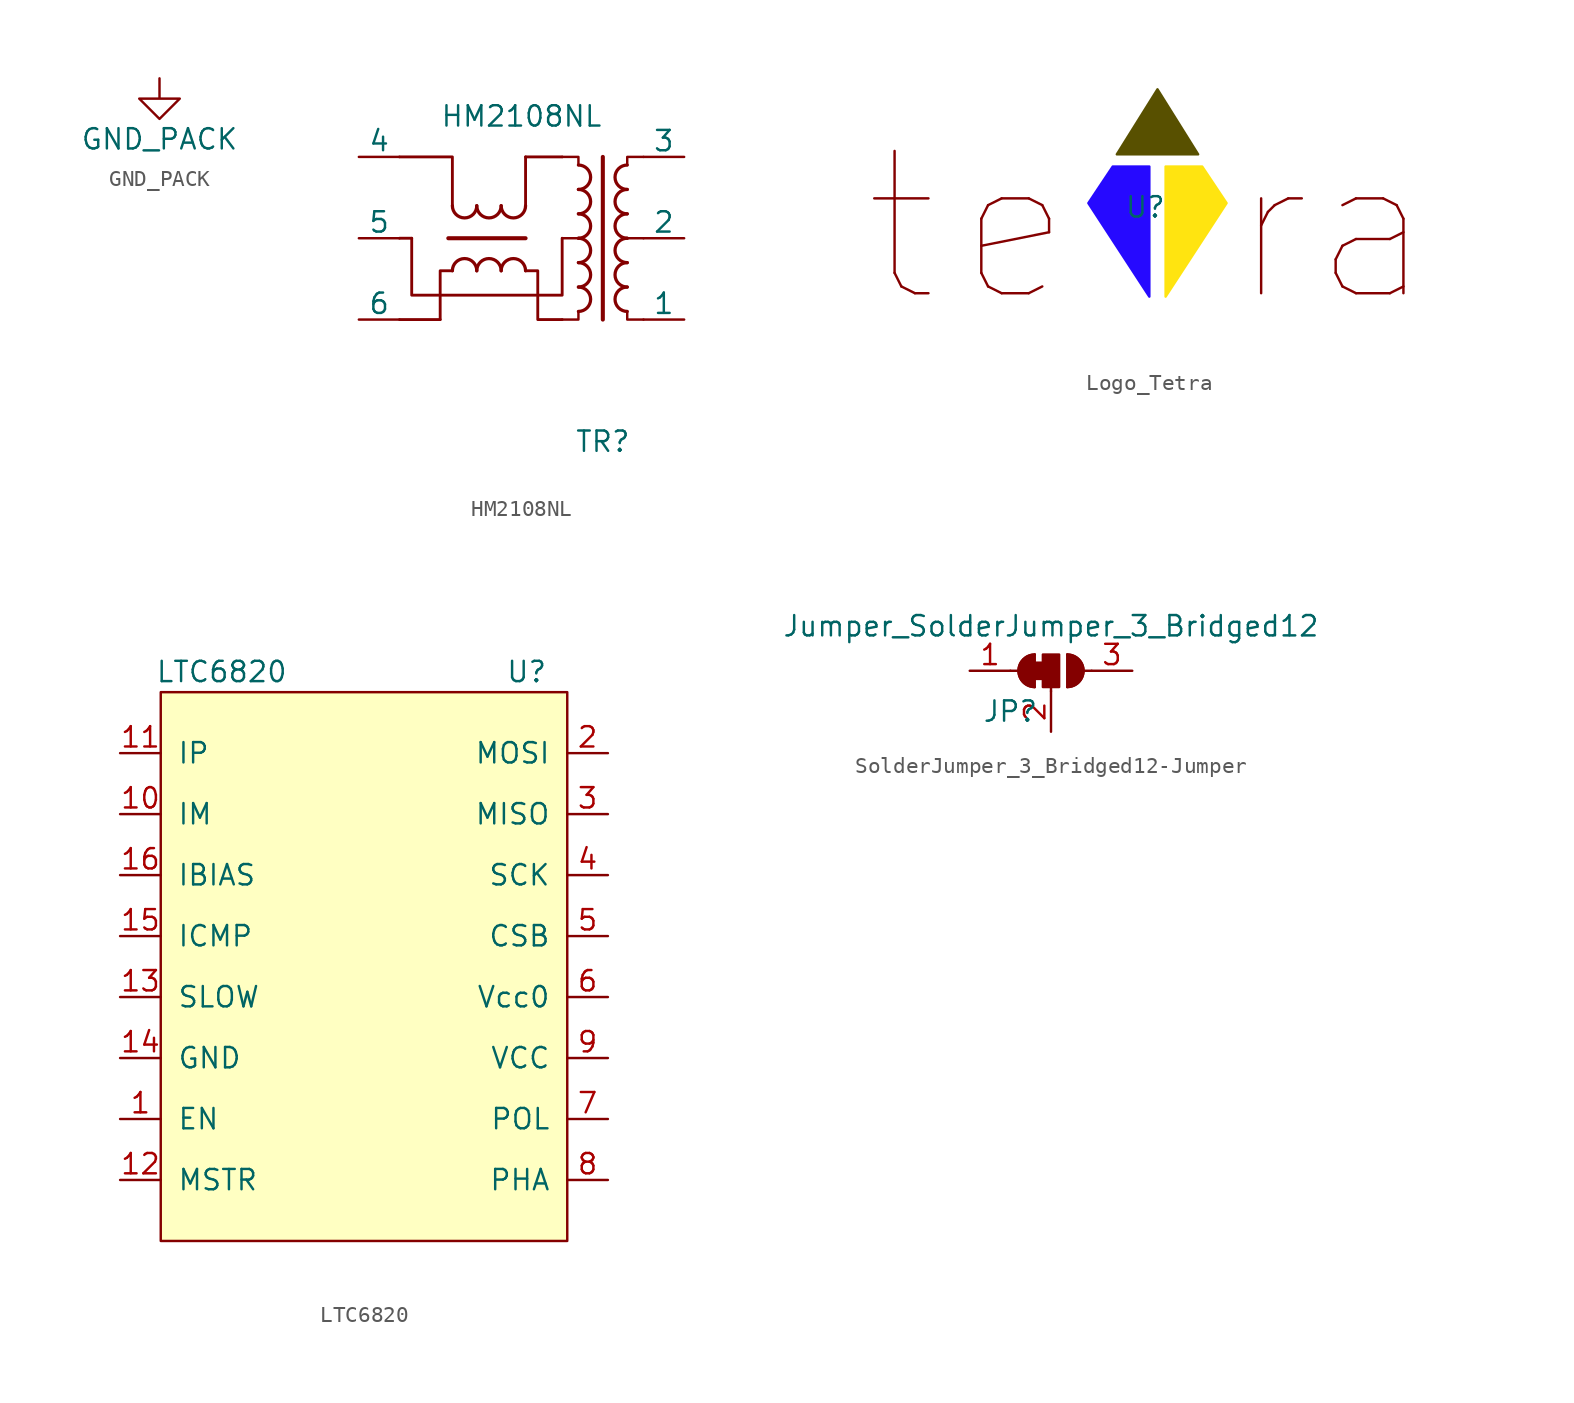
<source format=kicad_sym>
(kicad_symbol_lib
  (version 20231120)
  (generator "kicad_symbol_editor")
  (generator_version "8.0")
  (symbol "GND_PACK"
    (power)
    (pin_names
      (offset 0))
    (property "Reference" "#PWR"
      (at 0 -6.35 0)
      (effects (font (size 1.27 1.27)) (hide yes)))
    (property "Value" "GND_PACK"
      (at 0 -3.81 0)
      (effects (font (size 1.27 1.27))))
    (symbol "GND_PACK_0_1"
      (polyline (pts (xy 0 0) (xy 0 -1.27) (xy 1.27 -1.27) (xy 0 -2.54) (xy -1.27 -1.27) (xy 0 -1.27)) (stroke (width 0) (type default)) (fill (type none))))
    (symbol "GND_PACK_1_1"
      (pin power_in line (at 0 0 270) (length 0) hide (name "GND_PACK" (effects (font (size 1.27 1.27)))) (number "1" (effects (font (size 1.27 1.27)))))))
  (symbol "HM2108NL"
    (pin_numbers hide)
    (pin_names
      (offset 0))
    (property "Reference" "TR"
      (at 0 -13.97 0)
      (effects (font (size 1.27 1.27))))
    (property "Value" "HM2108NL"
      (at -5.08 6.35 0)
      (effects (font (size 1.27 1.27))))
    (symbol "HM2108NL_1_1"
      (arc (start -9.398 0.762) (mid -8.636 0.0033) (end -7.874 0.762) (stroke (width 0.2032) (type solid)) (fill (type none)))
      (arc (start -7.874 -3.302) (mid -8.636 -2.5433) (end -9.398 -3.302) (stroke (width 0.2032) (type solid)) (fill (type none)))
      (arc (start -7.874 0.762) (mid -7.112 0.0033) (end -6.35 0.762) (stroke (width 0.2032) (type solid)) (fill (type none)))
      (arc (start -6.35 -3.302) (mid -7.112 -2.5433) (end -7.874 -3.302) (stroke (width 0.2032) (type solid)) (fill (type none)))
      (arc (start -6.35 0.762) (mid -5.588 0.0033) (end -4.826 0.762) (stroke (width 0.2032) (type solid)) (fill (type none)))
      (arc (start -4.826 -3.302) (mid -5.588 -2.5433) (end -6.35 -3.302) (stroke (width 0.2032) (type solid)) (fill (type none)))
      (arc (start -1.524 -5.842) (mid -0.7653 -5.08) (end -1.524 -4.318) (stroke (width 0.2032) (type solid)) (fill (type none)))
      (arc (start -1.524 -4.318) (mid -0.7653 -3.556) (end -1.524 -2.794) (stroke (width 0.2032) (type solid)) (fill (type none)))
      (arc (start -1.524 -2.794) (mid -0.7653 -2.032) (end -1.524 -1.27) (stroke (width 0.2032) (type solid)) (fill (type none)))
      (arc (start -1.524 -1.27) (mid -0.7653 -0.508) (end -1.524 0.254) (stroke (width 0.2032) (type solid)) (fill (type none)))
      (arc (start -1.524 0.254) (mid -0.7653 1.016) (end -1.524 1.778) (stroke (width 0.2032) (type solid)) (fill (type none)))
      (arc (start -1.524 1.778) (mid -0.7653 2.54) (end -1.524 3.302) (stroke (width 0.2032) (type solid)) (fill (type none)))
      (polyline (pts (xy -12.7 -1.27) (xy -11.938 -1.27)) (stroke (width 0.178) (type solid)) (fill (type none)))
      (polyline (pts (xy -10.16 -6.35) (xy -12.7 -6.35)) (stroke (width 0.178) (type solid)) (fill (type none)))
      (polyline (pts (xy -9.652 -1.27) (xy -4.826 -1.27)) (stroke (width 0.254) (type solid)) (fill (type none)))
      (polyline (pts (xy -4.826 0.762) (xy -4.826 3.81)) (stroke (width 0.178) (type solid)) (fill (type none)))
      (polyline (pts (xy -4.826 3.81) (xy -2.54 3.81)) (stroke (width 0.178) (type solid)) (fill (type none)))
      (polyline (pts (xy 0 -6.35) (xy 0 3.81)) (stroke (width 0.254) (type solid)) (fill (type none)))
      (polyline (pts (xy -12.7 3.81) (xy -9.398 3.81) (xy -9.398 0.762)) (stroke (width 0.178) (type solid)) (fill (type none)))
      (polyline (pts (xy -10.16 -6.35) (xy -10.16 -3.302) (xy -9.398 -3.302)) (stroke (width 0.178) (type solid)) (fill (type none)))
      (polyline (pts (xy -1.524 -1.27) (xy -2.54 -1.27) (xy -2.54 -1.27)) (stroke (width 0) (type solid)) (fill (type outline)))
      (polyline (pts (xy 1.524 -1.27) (xy 2.54 -1.27) (xy 2.54 -1.27)) (stroke (width 0) (type solid)) (fill (type outline)))
      (polyline (pts (xy -4.826 -3.302) (xy -4.064 -3.302) (xy -4.064 -6.35) (xy -2.54 -6.35)) (stroke (width 0.178) (type solid)) (fill (type none)))
      (polyline (pts (xy -2.54 -1.27) (xy -2.54 -4.826) (xy -11.938 -4.826) (xy -11.938 -1.27)) (stroke (width 0.178) (type solid)) (fill (type none)))
      (polyline (pts (xy -1.524 -5.842) (xy -1.524 -6.35) (xy -2.54 -6.35) (xy -2.54 -6.35)) (stroke (width 0) (type solid)) (fill (type none)))
      (polyline (pts (xy -1.524 3.302) (xy -1.524 3.81) (xy -2.54 3.81) (xy -2.54 3.81)) (stroke (width 0) (type solid)) (fill (type none)))
      (polyline (pts (xy 1.524 -5.842) (xy 1.524 -6.35) (xy 2.54 -6.35) (xy 2.54 -6.35)) (stroke (width 0) (type solid)) (fill (type none)))
      (polyline (pts (xy 1.524 3.302) (xy 1.524 3.81) (xy 2.54 3.81) (xy 2.54 3.81)) (stroke (width 0) (type solid)) (fill (type none)))
      (arc (start 1.524 -4.318) (mid 0.7653 -5.08) (end 1.524 -5.842) (stroke (width 0.2032) (type solid)) (fill (type none)))
      (arc (start 1.524 -2.794) (mid 0.7653 -3.556) (end 1.524 -4.318) (stroke (width 0.2032) (type solid)) (fill (type none)))
      (arc (start 1.524 -1.27) (mid 0.7653 -2.032) (end 1.524 -2.794) (stroke (width 0.2032) (type solid)) (fill (type none)))
      (arc (start 1.524 0.254) (mid 0.7653 -0.508) (end 1.524 -1.27) (stroke (width 0.2032) (type solid)) (fill (type none)))
      (arc (start 1.524 1.778) (mid 0.7653 1.016) (end 1.524 0.254) (stroke (width 0.2032) (type solid)) (fill (type none)))
      (arc (start 1.524 3.302) (mid 0.7653 2.54) (end 1.524 1.778) (stroke (width 0.2032) (type solid)) (fill (type none)))
      (pin passive line (at 5.08 -6.35 180) (length 2.54) (name "1" (effects (font (size 1.27 1.27)))) (number "1" (effects (font (size 1.27 1.27)))))
      (pin passive line (at 5.08 -1.27 180) (length 2.54) (name "2" (effects (font (size 1.27 1.27)))) (number "2" (effects (font (size 1.27 1.27)))))
      (pin passive line (at 5.08 3.81 180) (length 2.54) (name "3" (effects (font (size 1.27 1.27)))) (number "3" (effects (font (size 1.27 1.27)))))
      (pin passive line (at -15.24 3.81 0) (length 2.54) (name "4" (effects (font (size 1.27 1.27)))) (number "4" (effects (font (size 1.27 1.27)))))
      (pin passive line (at -15.24 -1.27 0) (length 2.54) (name "5" (effects (font (size 1.27 1.27)))) (number "5" (effects (font (size 1.27 1.27)))))
      (pin passive line (at -15.24 -6.35 0) (length 2.54) (name "6" (effects (font (size 1.27 1.27)))) (number "6" (effects (font (size 1.27 1.27)))))))
  (symbol "Logo_Tetra"
    (property "Reference" "U"
      (at -0.762 0 0)
      (effects (font (size 1.27 1.27))))
    (property "Value" ""
      (at -0.762 0 0)
      (effects (font (size 1.27 1.27))))
    (symbol "Logo_Tetra_1_1"
      (polyline (pts (xy 0 7.366) (xy -2.54 3.302) (xy 2.54 3.302) (xy 0 7.366)) (stroke (width 0) (type default) (color 88 80 0 1)) (fill (type color) (color 88 80 0 1)))
      (polyline (pts (xy -0.508 2.54) (xy -2.794 2.54) (xy -4.318 0.254) (xy -0.508 -5.588) (xy -0.508 2.54)) (stroke (width 0) (type default) (color 38 9 255 1)) (fill (type color) (color 38 9 255 1)))
      (polyline (pts (xy 0.508 2.54) (xy 2.794 2.54) (xy 4.318 0.254) (xy 0.508 -5.588) (xy 0.508 2.54)) (stroke (width 0) (type default) (color 255 228 16 1)) (fill (type color) (color 255 228 16 1)))
      (text "a" (at 13.462 -1.27 0) (effects (font (face "KiCad Font") (size 8.89 8.89))))
      (text "e" (at -8.89 -1.27 0) (effects (font (face "KiCad Font") (size 8.89 8.89))))
      (text "r" (at 7.112 -1.27 0) (effects (font (size 8.89 8.89))))
      (text "t" (at -16.002 -1.27 0) (effects (font (size 8.89 8.89))))))
  (symbol "LTC6820"
    (pin_names
      (offset 1.016))
    (property "Reference" "U"
      (at 10.16 13.97 0)
      (effects (font (size 1.27 1.27))))
    (property "Value" "LTC6820"
      (at -8.89 13.97 0)
      (effects (font (size 1.27 1.27))))
    (symbol "LTC6820_0_1"
      (rectangle (start -12.7 12.7) (end 12.7 -21.59) (stroke (width 0) (type solid)) (fill (type background))))
    (symbol "LTC6820_1_1"
      (pin input line (at -15.24 -13.97 0) (length 2.54) (name "EN" (effects (font (size 1.27 1.27)))) (number "1" (effects (font (size 1.27 1.27)))))
      (pin input line (at -15.24 5.08 0) (length 2.54) (name "IM" (effects (font (size 1.27 1.27)))) (number "10" (effects (font (size 1.27 1.27)))))
      (pin input line (at -15.24 8.89 0) (length 2.54) (name "IP" (effects (font (size 1.27 1.27)))) (number "11" (effects (font (size 1.27 1.27)))))
      (pin input line (at -15.24 -17.78 0) (length 2.54) (name "MSTR" (effects (font (size 1.27 1.27)))) (number "12" (effects (font (size 1.27 1.27)))))
      (pin input line (at -15.24 -6.35 0) (length 2.54) (name "SLOW" (effects (font (size 1.27 1.27)))) (number "13" (effects (font (size 1.27 1.27)))))
      (pin input line (at -15.24 -10.16 0) (length 2.54) (name "GND" (effects (font (size 1.27 1.27)))) (number "14" (effects (font (size 1.27 1.27)))))
      (pin input line (at -15.24 -2.54 0) (length 2.54) (name "ICMP" (effects (font (size 1.27 1.27)))) (number "15" (effects (font (size 1.27 1.27)))))
      (pin input line (at -15.24 1.27 0) (length 2.54) (name "IBIAS" (effects (font (size 1.27 1.27)))) (number "16" (effects (font (size 1.27 1.27)))))
      (pin input line (at 15.24 8.89 180) (length 2.54) (name "MOSI" (effects (font (size 1.27 1.27)))) (number "2" (effects (font (size 1.27 1.27)))))
      (pin input line (at 15.24 5.08 180) (length 2.54) (name "MISO" (effects (font (size 1.27 1.27)))) (number "3" (effects (font (size 1.27 1.27)))))
      (pin input line (at 15.24 1.27 180) (length 2.54) (name "SCK" (effects (font (size 1.27 1.27)))) (number "4" (effects (font (size 1.27 1.27)))))
      (pin input line (at 15.24 -2.54 180) (length 2.54) (name "CSB" (effects (font (size 1.27 1.27)))) (number "5" (effects (font (size 1.27 1.27)))))
      (pin input line (at 15.24 -6.35 180) (length 2.54) (name "Vcc0" (effects (font (size 1.27 1.27)))) (number "6" (effects (font (size 1.27 1.27)))))
      (pin input line (at 15.24 -13.97 180) (length 2.54) (name "POL" (effects (font (size 1.27 1.27)))) (number "7" (effects (font (size 1.27 1.27)))))
      (pin input line (at 15.24 -17.78 180) (length 2.54) (name "PHA" (effects (font (size 1.27 1.27)))) (number "8" (effects (font (size 1.27 1.27)))))
      (pin input line (at 15.24 -10.16 180) (length 2.54) (name "VCC" (effects (font (size 1.27 1.27)))) (number "9" (effects (font (size 1.27 1.27)))))))
  (symbol "SolderJumper_3_Bridged12-Jumper"
    (pin_names
      (offset 0) hide)
    (property "Reference" "JP"
      (at -2.54 -2.54 0)
      (effects (font (size 1.27 1.27))))
    (property "Value" "Jumper_SolderJumper_3_Bridged12"
      (at 0 2.794 0)
      (effects (font (size 1.27 1.27))))
    (symbol "SolderJumper_3_Bridged12-Jumper_0_1"
      (rectangle (start -1.016 0.508) (end -0.508 -0.508) (stroke (width 0) (type solid)) (fill (type outline)))
      (arc (start -1.016 1.016) (mid -2.032 0) (end -1.016 -1.016) (stroke (width 0) (type solid)) (fill (type none)))
      (arc (start -1.016 1.016) (mid -2.032 0) (end -1.016 -1.016) (stroke (width 0) (type solid)) (fill (type outline)))
      (rectangle (start -0.508 1.016) (end 0.508 -1.016) (stroke (width 0) (type solid)) (fill (type outline)))
      (polyline (pts (xy -2.54 0) (xy -2.032 0)) (stroke (width 0) (type solid)) (fill (type none)))
      (polyline (pts (xy -1.016 1.016) (xy -1.016 -1.016)) (stroke (width 0) (type solid)) (fill (type none)))
      (polyline (pts (xy 0 -1.27) (xy 0 -1.016)) (stroke (width 0) (type solid)) (fill (type none)))
      (polyline (pts (xy 1.016 1.016) (xy 1.016 -1.016)) (stroke (width 0) (type solid)) (fill (type none)))
      (polyline (pts (xy 2.54 0) (xy 2.032 0)) (stroke (width 0) (type solid)) (fill (type none)))
      (arc (start 1.016 -1.016) (mid 2.032 0) (end 1.016 1.016) (stroke (width 0) (type solid)) (fill (type none)))
      (arc (start 1.016 -1.016) (mid 2.032 0) (end 1.016 1.016) (stroke (width 0) (type solid)) (fill (type outline))))
    (symbol "SolderJumper_3_Bridged12-Jumper_1_1"
      (pin passive line (at -5.08 0 0) (length 2.54) (name "A" (effects (font (size 1.27 1.27)))) (number "1" (effects (font (size 1.27 1.27)))))
      (pin input line (at 0 -3.81 90) (length 2.54) (name "C" (effects (font (size 1.27 1.27)))) (number "2" (effects (font (size 1.27 1.27)))))
      (pin passive line (at 5.08 0 180) (length 2.54) (name "B" (effects (font (size 1.27 1.27)))) (number "3" (effects (font (size 1.27 1.27))))))))
</source>
